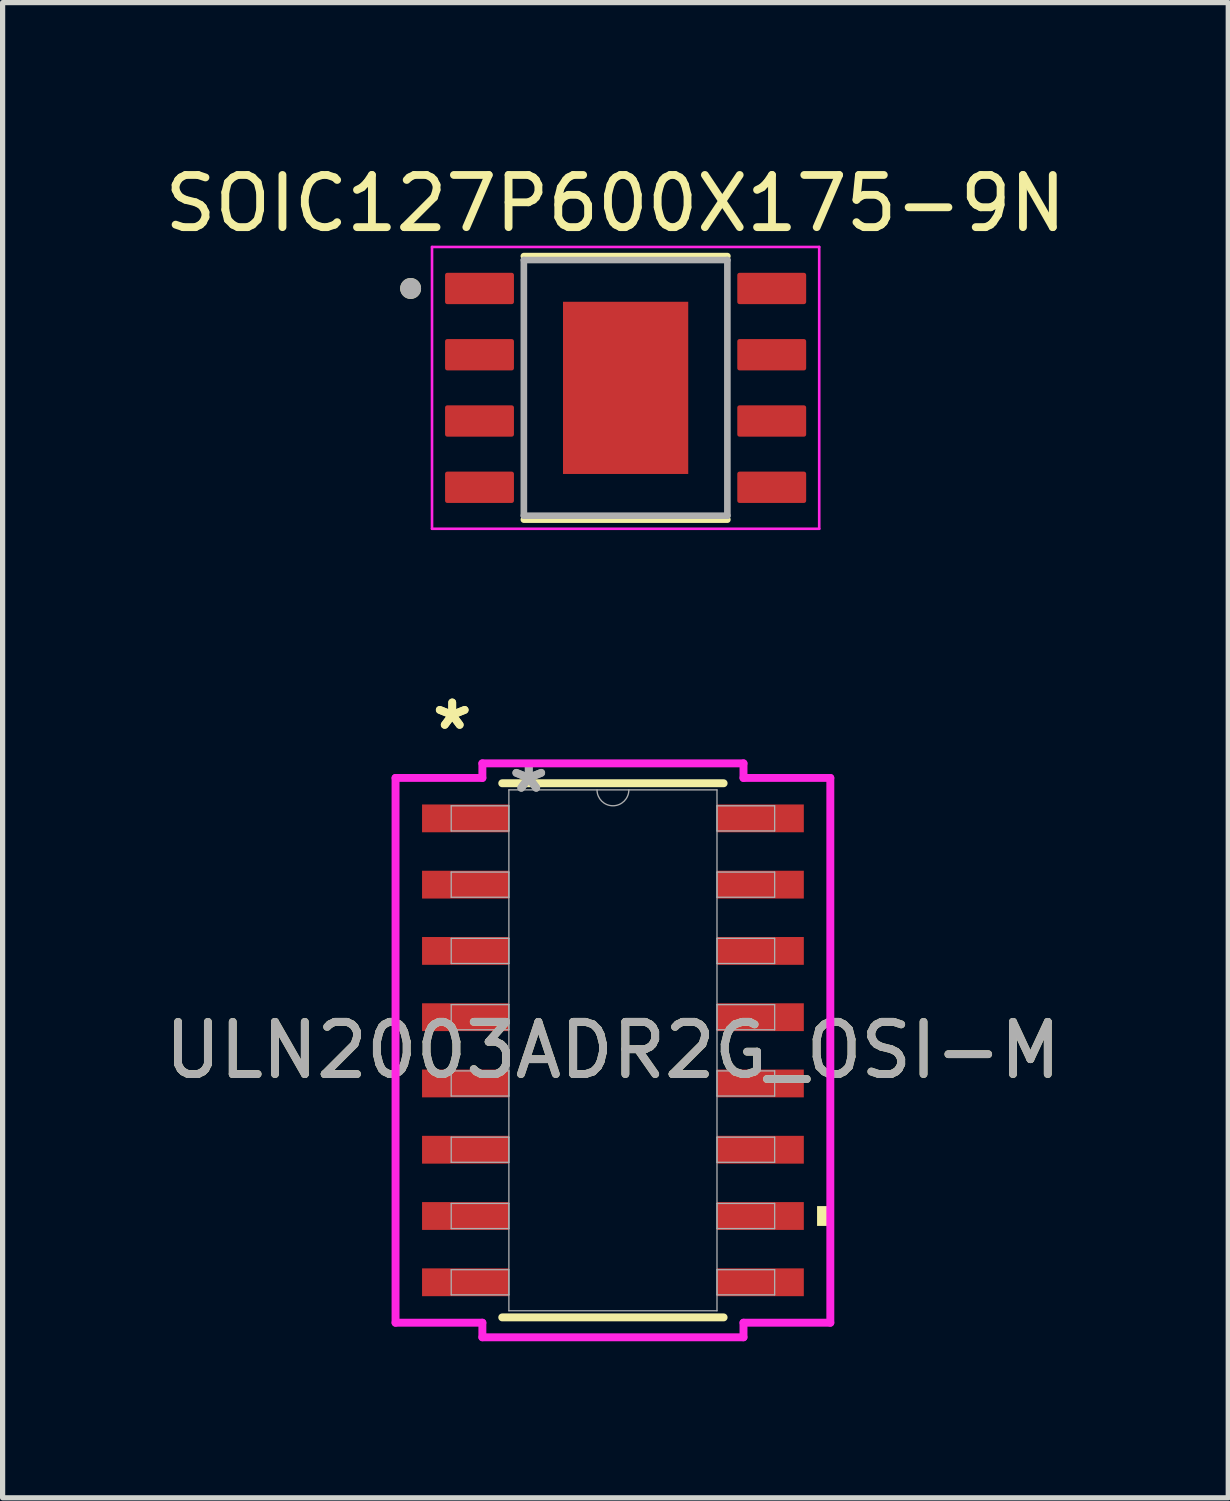
<source format=kicad_pcb>
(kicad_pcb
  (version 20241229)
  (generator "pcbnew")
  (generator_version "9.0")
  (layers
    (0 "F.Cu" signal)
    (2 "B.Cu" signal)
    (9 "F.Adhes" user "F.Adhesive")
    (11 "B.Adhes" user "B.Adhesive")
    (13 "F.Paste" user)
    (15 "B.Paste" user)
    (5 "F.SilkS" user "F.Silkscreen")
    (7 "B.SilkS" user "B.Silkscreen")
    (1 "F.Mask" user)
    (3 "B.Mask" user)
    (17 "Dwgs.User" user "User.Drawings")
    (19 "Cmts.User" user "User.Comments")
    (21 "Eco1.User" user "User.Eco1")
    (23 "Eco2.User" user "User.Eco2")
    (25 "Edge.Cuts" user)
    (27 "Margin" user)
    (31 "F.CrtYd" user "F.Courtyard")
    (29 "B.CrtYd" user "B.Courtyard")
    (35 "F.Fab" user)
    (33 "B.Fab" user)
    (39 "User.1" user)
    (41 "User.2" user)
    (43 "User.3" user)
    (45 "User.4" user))
  (footprint "ULN2003ADR2G_OSI-M"
    (layer "F.Cu")
    (at 8.696 17.078)
    (property "Reference" "ULN2003ADR2G_OSI-M" (at 0 0 0) (unlocked yes) (layer "F.SilkS") (effects (font (size 1 1) (thickness 0.15))))
    (attr smd)
    (fp_line (start -2.121 5.118) (end 2.121 5.118) (stroke (width 0.152) (type solid)) (layer "F.SilkS"))
    (fp_line (start 2.121 -5.118) (end -2.121 -5.118) (stroke (width 0.152) (type solid)) (layer "F.SilkS"))
    (fp_poly (pts (xy 4.166 2.985) (xy 4.166 3.365) (xy 3.912 3.365) (xy 3.912 2.985)) (stroke (width 0) (type solid)) (fill yes) (layer "F.SilkS"))
    (fp_line (start -4.166 -5.22) (end -2.502 -5.22) (stroke (width 0.152) (type solid)) (layer "F.CrtYd"))
    (fp_line (start -4.166 5.22) (end -4.166 -5.22) (stroke (width 0.152) (type solid)) (layer "F.CrtYd"))
    (fp_line (start -4.166 5.22) (end -2.502 5.22) (stroke (width 0.152) (type solid)) (layer "F.CrtYd"))
    (fp_line (start -2.502 -5.499) (end 2.502 -5.499) (stroke (width 0.152) (type solid)) (layer "F.CrtYd"))
    (fp_line (start -2.502 -5.22) (end -2.502 -5.499) (stroke (width 0.152) (type solid)) (layer "F.CrtYd"))
    (fp_line (start -2.502 5.499) (end -2.502 5.22) (stroke (width 0.152) (type solid)) (layer "F.CrtYd"))
    (fp_line (start 2.502 -5.499) (end 2.502 -5.22) (stroke (width 0.152) (type solid)) (layer "F.CrtYd"))
    (fp_line (start 2.502 5.22) (end 2.502 5.499) (stroke (width 0.152) (type solid)) (layer "F.CrtYd"))
    (fp_line (start 2.502 5.499) (end -2.502 5.499) (stroke (width 0.152) (type solid)) (layer "F.CrtYd"))
    (fp_line (start 4.166 -5.22) (end 2.502 -5.22) (stroke (width 0.152) (type solid)) (layer "F.CrtYd"))
    (fp_line (start 4.166 -5.22) (end 4.166 5.22) (stroke (width 0.152) (type solid)) (layer "F.CrtYd"))
    (fp_line (start 4.166 5.22) (end 2.502 5.22) (stroke (width 0.152) (type solid)) (layer "F.CrtYd"))
    (fp_line (start -3.099 -4.686) (end -3.099 -4.204) (stroke (width 0.025) (type solid)) (layer "F.Fab"))
    (fp_line (start -3.099 -4.204) (end -1.994 -4.204) (stroke (width 0.025) (type solid)) (layer "F.Fab"))
    (fp_line (start -3.099 -3.416) (end -3.099 -2.934) (stroke (width 0.025) (type solid)) (layer "F.Fab"))
    (fp_line (start -3.099 -2.934) (end -1.994 -2.934) (stroke (width 0.025) (type solid)) (layer "F.Fab"))
    (fp_line (start -3.099 -2.146) (end -3.099 -1.664) (stroke (width 0.025) (type solid)) (layer "F.Fab"))
    (fp_line (start -3.099 -1.664) (end -1.994 -1.664) (stroke (width 0.025) (type solid)) (layer "F.Fab"))
    (fp_line (start -3.099 -0.876) (end -3.099 -0.394) (stroke (width 0.025) (type solid)) (layer "F.Fab"))
    (fp_line (start -3.099 -0.394) (end -1.994 -0.394) (stroke (width 0.025) (type solid)) (layer "F.Fab"))
    (fp_line (start -3.099 0.394) (end -3.099 0.876) (stroke (width 0.025) (type solid)) (layer "F.Fab"))
    (fp_line (start -3.099 0.876) (end -1.994 0.876) (stroke (width 0.025) (type solid)) (layer "F.Fab"))
    (fp_line (start -3.099 1.664) (end -3.099 2.146) (stroke (width 0.025) (type solid)) (layer "F.Fab"))
    (fp_line (start -3.099 2.146) (end -1.994 2.146) (stroke (width 0.025) (type solid)) (layer "F.Fab"))
    (fp_line (start -3.099 2.934) (end -3.099 3.416) (stroke (width 0.025) (type solid)) (layer "F.Fab"))
    (fp_line (start -3.099 3.416) (end -1.994 3.416) (stroke (width 0.025) (type solid)) (layer "F.Fab"))
    (fp_line (start -3.099 4.204) (end -3.099 4.686) (stroke (width 0.025) (type solid)) (layer "F.Fab"))
    (fp_line (start -3.099 4.686) (end -1.994 4.686) (stroke (width 0.025) (type solid)) (layer "F.Fab"))
    (fp_line (start -1.994 -4.991) (end -1.994 4.991) (stroke (width 0.025) (type solid)) (layer "F.Fab"))
    (fp_line (start -1.994 -4.686) (end -3.099 -4.686) (stroke (width 0.025) (type solid)) (layer "F.Fab"))
    (fp_line (start -1.994 -4.204) (end -1.994 -4.686) (stroke (width 0.025) (type solid)) (layer "F.Fab"))
    (fp_line (start -1.994 -3.416) (end -3.099 -3.416) (stroke (width 0.025) (type solid)) (layer "F.Fab"))
    (fp_line (start -1.994 -2.934) (end -1.994 -3.416) (stroke (width 0.025) (type solid)) (layer "F.Fab"))
    (fp_line (start -1.994 -2.146) (end -3.099 -2.146) (stroke (width 0.025) (type solid)) (layer "F.Fab"))
    (fp_line (start -1.994 -1.664) (end -1.994 -2.146) (stroke (width 0.025) (type solid)) (layer "F.Fab"))
    (fp_line (start -1.994 -0.876) (end -3.099 -0.876) (stroke (width 0.025) (type solid)) (layer "F.Fab"))
    (fp_line (start -1.994 -0.394) (end -1.994 -0.876) (stroke (width 0.025) (type solid)) (layer "F.Fab"))
    (fp_line (start -1.994 0.394) (end -3.099 0.394) (stroke (width 0.025) (type solid)) (layer "F.Fab"))
    (fp_line (start -1.994 0.876) (end -1.994 0.394) (stroke (width 0.025) (type solid)) (layer "F.Fab"))
    (fp_line (start -1.994 1.664) (end -3.099 1.664) (stroke (width 0.025) (type solid)) (layer "F.Fab"))
    (fp_line (start -1.994 2.146) (end -1.994 1.664) (stroke (width 0.025) (type solid)) (layer "F.Fab"))
    (fp_line (start -1.994 2.934) (end -3.099 2.934) (stroke (width 0.025) (type solid)) (layer "F.Fab"))
    (fp_line (start -1.994 3.416) (end -1.994 2.934) (stroke (width 0.025) (type solid)) (layer "F.Fab"))
    (fp_line (start -1.994 4.204) (end -3.099 4.204) (stroke (width 0.025) (type solid)) (layer "F.Fab"))
    (fp_line (start -1.994 4.686) (end -1.994 4.204) (stroke (width 0.025) (type solid)) (layer "F.Fab"))
    (fp_line (start -1.994 4.991) (end 1.994 4.991) (stroke (width 0.025) (type solid)) (layer "F.Fab"))
    (fp_line (start 1.994 -4.991) (end -1.994 -4.991) (stroke (width 0.025) (type solid)) (layer "F.Fab"))
    (fp_line (start 1.994 -4.686) (end 1.994 -4.204) (stroke (width 0.025) (type solid)) (layer "F.Fab"))
    (fp_line (start 1.994 -4.204) (end 3.099 -4.204) (stroke (width 0.025) (type solid)) (layer "F.Fab"))
    (fp_line (start 1.994 -3.416) (end 1.994 -2.934) (stroke (width 0.025) (type solid)) (layer "F.Fab"))
    (fp_line (start 1.994 -2.934) (end 3.099 -2.934) (stroke (width 0.025) (type solid)) (layer "F.Fab"))
    (fp_line (start 1.994 -2.146) (end 1.994 -1.664) (stroke (width 0.025) (type solid)) (layer "F.Fab"))
    (fp_line (start 1.994 -1.664) (end 3.099 -1.664) (stroke (width 0.025) (type solid)) (layer "F.Fab"))
    (fp_line (start 1.994 -0.876) (end 1.994 -0.394) (stroke (width 0.025) (type solid)) (layer "F.Fab"))
    (fp_line (start 1.994 -0.394) (end 3.099 -0.394) (stroke (width 0.025) (type solid)) (layer "F.Fab"))
    (fp_line (start 1.994 0.394) (end 1.994 0.876) (stroke (width 0.025) (type solid)) (layer "F.Fab"))
    (fp_line (start 1.994 0.876) (end 3.099 0.876) (stroke (width 0.025) (type solid)) (layer "F.Fab"))
    (fp_line (start 1.994 1.664) (end 1.994 2.146) (stroke (width 0.025) (type solid)) (layer "F.Fab"))
    (fp_line (start 1.994 2.146) (end 3.099 2.146) (stroke (width 0.025) (type solid)) (layer "F.Fab"))
    (fp_line (start 1.994 2.934) (end 1.994 3.416) (stroke (width 0.025) (type solid)) (layer "F.Fab"))
    (fp_line (start 1.994 3.416) (end 3.099 3.416) (stroke (width 0.025) (type solid)) (layer "F.Fab"))
    (fp_line (start 1.994 4.204) (end 1.994 4.686) (stroke (width 0.025) (type solid)) (layer "F.Fab"))
    (fp_line (start 1.994 4.686) (end 3.099 4.686) (stroke (width 0.025) (type solid)) (layer "F.Fab"))
    (fp_line (start 1.994 4.991) (end 1.994 -4.991) (stroke (width 0.025) (type solid)) (layer "F.Fab"))
    (fp_line (start 3.099 -4.686) (end 1.994 -4.686) (stroke (width 0.025) (type solid)) (layer "F.Fab"))
    (fp_line (start 3.099 -4.204) (end 3.099 -4.686) (stroke (width 0.025) (type solid)) (layer "F.Fab"))
    (fp_line (start 3.099 -3.416) (end 1.994 -3.416) (stroke (width 0.025) (type solid)) (layer "F.Fab"))
    (fp_line (start 3.099 -2.934) (end 3.099 -3.416) (stroke (width 0.025) (type solid)) (layer "F.Fab"))
    (fp_line (start 3.099 -2.146) (end 1.994 -2.146) (stroke (width 0.025) (type solid)) (layer "F.Fab"))
    (fp_line (start 3.099 -1.664) (end 3.099 -2.146) (stroke (width 0.025) (type solid)) (layer "F.Fab"))
    (fp_line (start 3.099 -0.876) (end 1.994 -0.876) (stroke (width 0.025) (type solid)) (layer "F.Fab"))
    (fp_line (start 3.099 -0.394) (end 3.099 -0.876) (stroke (width 0.025) (type solid)) (layer "F.Fab"))
    (fp_line (start 3.099 0.394) (end 1.994 0.394) (stroke (width 0.025) (type solid)) (layer "F.Fab"))
    (fp_line (start 3.099 0.876) (end 3.099 0.394) (stroke (width 0.025) (type solid)) (layer "F.Fab"))
    (fp_line (start 3.099 1.664) (end 1.994 1.664) (stroke (width 0.025) (type solid)) (layer "F.Fab"))
    (fp_line (start 3.099 2.146) (end 3.099 1.664) (stroke (width 0.025) (type solid)) (layer "F.Fab"))
    (fp_line (start 3.099 2.934) (end 1.994 2.934) (stroke (width 0.025) (type solid)) (layer "F.Fab"))
    (fp_line (start 3.099 3.416) (end 3.099 2.934) (stroke (width 0.025) (type solid)) (layer "F.Fab"))
    (fp_line (start 3.099 4.204) (end 1.994 4.204) (stroke (width 0.025) (type solid)) (layer "F.Fab"))
    (fp_line (start 3.099 4.686) (end 3.099 4.204) (stroke (width 0.025) (type solid)) (layer "F.Fab"))
    (fp_arc (start 0.3048 -4.9911) (mid 0 -4.6863) (end -0.3048 -4.9911) (stroke (width 0.0254) (type solid)) (layer "F.Fab"))
    (fp_text user "*" (at -3.08 -6.121 0) (unlocked yes) (layer "F.SilkS") (effects (font (size 1 1) (thickness 0.15))))
    (fp_text user "*" (at -3.08 -6.121 0) (layer "F.SilkS") (effects (font (size 1 1) (thickness 0.15))))
    (fp_text user "${REFERENCE}" (at 0 0 0) (unlocked yes) (layer "F.Fab") (effects (font (size 1 1) (thickness 0.15))))
    (fp_text user "*" (at -1.613 -4.915 0) (unlocked yes) (layer "F.Fab") (effects (font (size 1 1) (thickness 0.15))))
    (fp_text user "*" (at -1.613 -4.915 0) (layer "F.Fab") (effects (font (size 1 1) (thickness 0.15))))
    (pad "1" smd rect (at -2.826 -4.445) (size 1.664 0.533) (layers "F.Cu" "F.Mask" "F.Paste"))
    (pad "2" smd rect (at -2.826 -3.175) (size 1.664 0.533) (layers "F.Cu" "F.Mask" "F.Paste"))
    (pad "3" smd rect (at -2.826 -1.905) (size 1.664 0.533) (layers "F.Cu" "F.Mask" "F.Paste"))
    (pad "4" smd rect (at -2.826 -0.635) (size 1.664 0.533) (layers "F.Cu" "F.Mask" "F.Paste"))
    (pad "5" smd rect (at -2.826 0.635) (size 1.664 0.533) (layers "F.Cu" "F.Mask" "F.Paste"))
    (pad "6" smd rect (at -2.826 1.905) (size 1.664 0.533) (layers "F.Cu" "F.Mask" "F.Paste"))
    (pad "7" smd rect (at -2.826 3.175) (size 1.664 0.533) (layers "F.Cu" "F.Mask" "F.Paste"))
    (pad "8" smd rect (at -2.826 4.445) (size 1.664 0.533) (layers "F.Cu" "F.Mask" "F.Paste"))
    (pad "9" smd rect (at 2.826 4.445) (size 1.664 0.533) (layers "F.Cu" "F.Mask" "F.Paste"))
    (pad "10" smd rect (at 2.826 3.175) (size 1.664 0.533) (layers "F.Cu" "F.Mask" "F.Paste"))
    (pad "11" smd rect (at 2.826 1.905) (size 1.664 0.533) (layers "F.Cu" "F.Mask" "F.Paste"))
    (pad "12" smd rect (at 2.826 0.635) (size 1.664 0.533) (layers "F.Cu" "F.Mask" "F.Paste"))
    (pad "13" smd rect (at 2.826 -0.635) (size 1.664 0.533) (layers "F.Cu" "F.Mask" "F.Paste"))
    (pad "14" smd rect (at 2.826 -1.905) (size 1.664 0.533) (layers "F.Cu" "F.Mask" "F.Paste"))
    (pad "15" smd rect (at 2.826 -3.175) (size 1.664 0.533) (layers "F.Cu" "F.Mask" "F.Paste"))
    (pad "16" smd rect (at 2.826 -4.445) (size 1.664 0.533) (layers "F.Cu" "F.Mask" "F.Paste")))
  (footprint "SOIC127P600X175-9N"
    (layer "F.Cu")
    (at 8.939 4.383)
    (property "Reference" "SOIC127P600X175-9N" (at -0.195 -3.535 0) (layer "F.SilkS") (effects (font (size 1 1) (thickness 0.15))))
    (attr smd)
    (fp_line (start -1.95 -2.525) (end 1.95 -2.525) (stroke (width 0.127) (type solid)) (layer "F.SilkS"))
    (fp_line (start -1.95 2.525) (end 1.95 2.525) (stroke (width 0.127) (type solid)) (layer "F.SilkS"))
    (fp_circle (center -4.12 -1.905) (end -4.02 -1.905) (stroke (width 0.2) (type solid)) (fill no) (layer "F.SilkS"))
    (fp_poly (pts (xy -0.76 -1.04) (xy 0.76 -1.04) (xy 0.76 1.04) (xy -0.76 1.04)) (stroke (width 0.01) (type solid)) (fill yes) (layer "F.Paste"))
    (fp_line (start -3.71 -2.7) (end -3.71 2.7) (stroke (width 0.05) (type solid)) (layer "F.CrtYd"))
    (fp_line (start -3.71 -2.7) (end 3.71 -2.7) (stroke (width 0.05) (type solid)) (layer "F.CrtYd"))
    (fp_line (start -3.71 2.7) (end 3.71 2.7) (stroke (width 0.05) (type solid)) (layer "F.CrtYd"))
    (fp_line (start 3.71 -2.7) (end 3.71 2.7) (stroke (width 0.05) (type solid)) (layer "F.CrtYd"))
    (fp_line (start -1.95 -2.45) (end -1.95 2.45) (stroke (width 0.127) (type solid)) (layer "F.Fab"))
    (fp_line (start -1.95 -2.45) (end 1.95 -2.45) (stroke (width 0.127) (type solid)) (layer "F.Fab"))
    (fp_line (start -1.95 2.45) (end 1.95 2.45) (stroke (width 0.127) (type solid)) (layer "F.Fab"))
    (fp_line (start 1.95 -2.45) (end 1.95 2.45) (stroke (width 0.127) (type solid)) (layer "F.Fab"))
    (fp_circle (center -4.12 -1.905) (end -4.02 -1.905) (stroke (width 0.2) (type solid)) (fill no) (layer "F.Fab"))
    (pad "1" smd roundrect (at -2.8 -1.905) (size 1.32 0.6) (layers "F.Cu" "F.Mask" "F.Paste") (roundrect_rratio 0.07))
    (pad "2" smd roundrect (at -2.8 -0.635) (size 1.32 0.6) (layers "F.Cu" "F.Mask" "F.Paste") (roundrect_rratio 0.07))
    (pad "3" smd roundrect (at -2.8 0.635) (size 1.32 0.6) (layers "F.Cu" "F.Mask" "F.Paste") (roundrect_rratio 0.07))
    (pad "4" smd roundrect (at -2.8 1.905) (size 1.32 0.6) (layers "F.Cu" "F.Mask" "F.Paste") (roundrect_rratio 0.07))
    (pad "5" smd roundrect (at 2.8 1.905) (size 1.32 0.6) (layers "F.Cu" "F.Mask" "F.Paste") (roundrect_rratio 0.07))
    (pad "6" smd roundrect (at 2.8 0.635) (size 1.32 0.6) (layers "F.Cu" "F.Mask" "F.Paste") (roundrect_rratio 0.07))
    (pad "7" smd roundrect (at 2.8 -0.635) (size 1.32 0.6) (layers "F.Cu" "F.Mask" "F.Paste") (roundrect_rratio 0.07))
    (pad "8" smd roundrect (at 2.8 -1.905) (size 1.32 0.6) (layers "F.Cu" "F.Mask" "F.Paste") (roundrect_rratio 0.07))
    (pad "9" smd rect (at 0 0) (size 2.4 3.3) (layers "F.Cu" "F.Mask")))
  (gr_rect
    (start -3 -3)
    (end 20.488 25.653)
    (stroke (width 0.1) (type default))
    (fill no)
    (layer "Edge.Cuts")))
</source>
